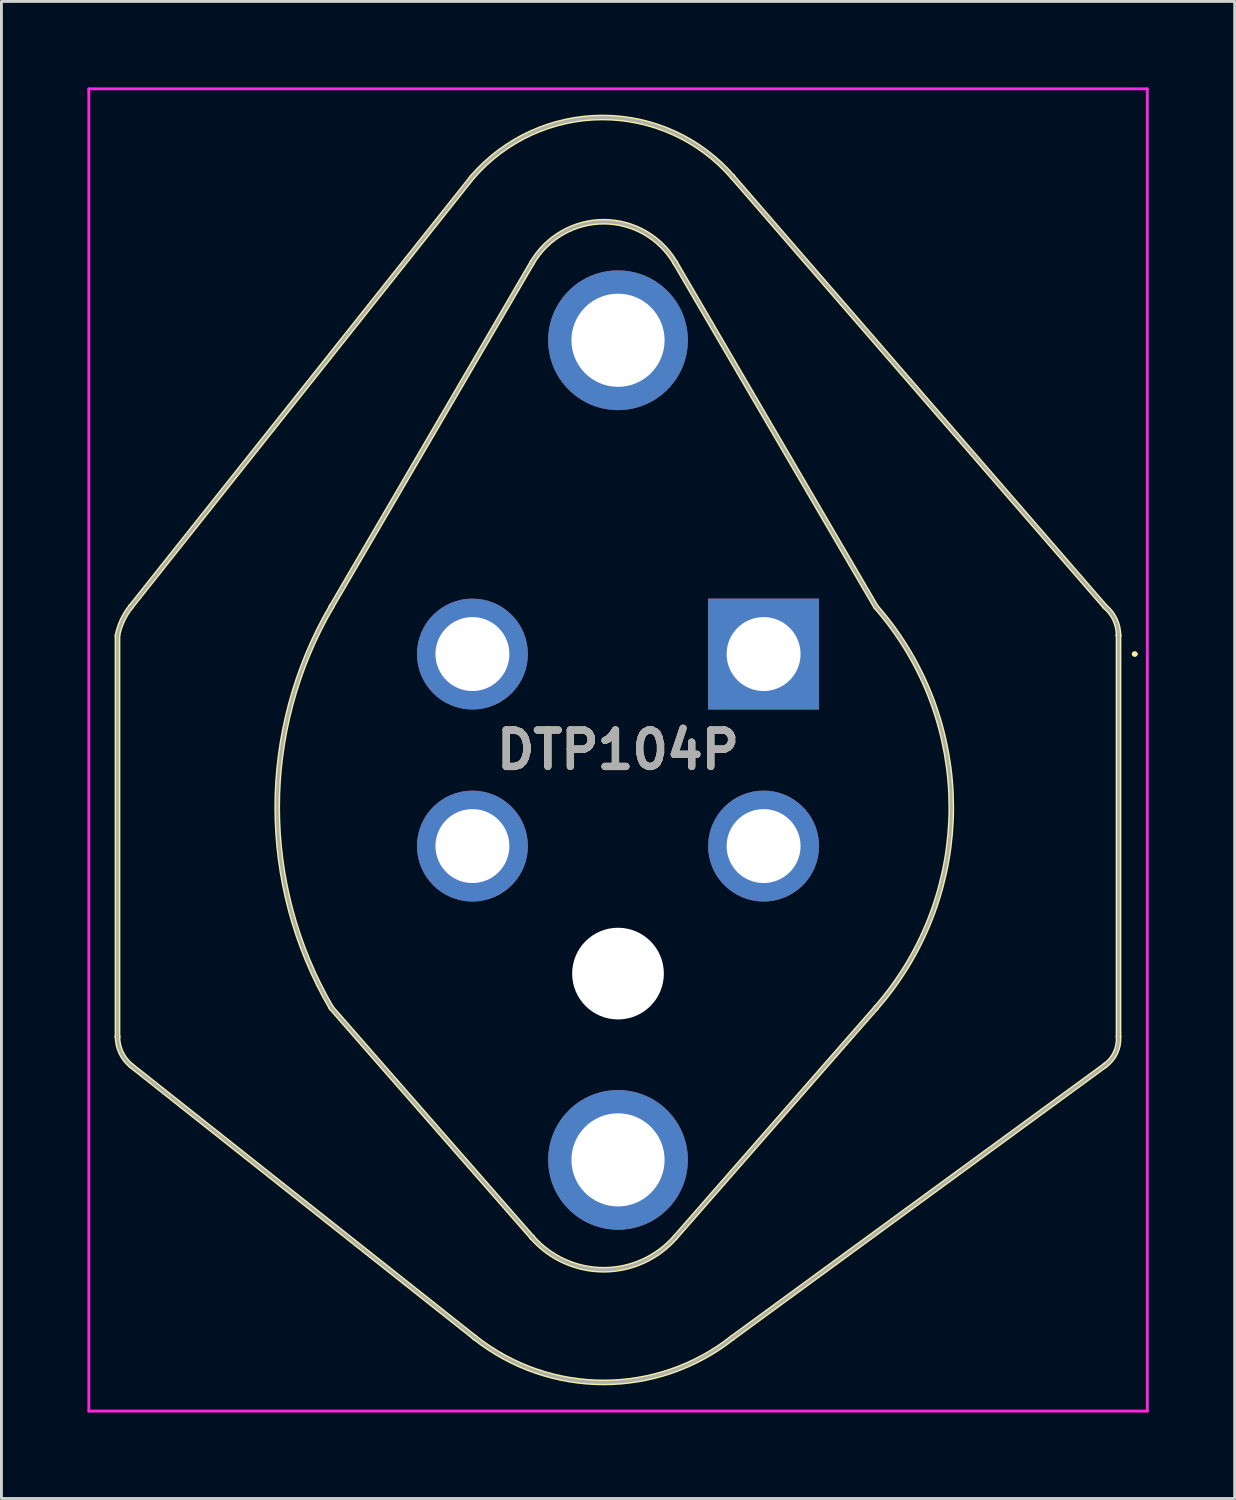
<source format=kicad_pcb>
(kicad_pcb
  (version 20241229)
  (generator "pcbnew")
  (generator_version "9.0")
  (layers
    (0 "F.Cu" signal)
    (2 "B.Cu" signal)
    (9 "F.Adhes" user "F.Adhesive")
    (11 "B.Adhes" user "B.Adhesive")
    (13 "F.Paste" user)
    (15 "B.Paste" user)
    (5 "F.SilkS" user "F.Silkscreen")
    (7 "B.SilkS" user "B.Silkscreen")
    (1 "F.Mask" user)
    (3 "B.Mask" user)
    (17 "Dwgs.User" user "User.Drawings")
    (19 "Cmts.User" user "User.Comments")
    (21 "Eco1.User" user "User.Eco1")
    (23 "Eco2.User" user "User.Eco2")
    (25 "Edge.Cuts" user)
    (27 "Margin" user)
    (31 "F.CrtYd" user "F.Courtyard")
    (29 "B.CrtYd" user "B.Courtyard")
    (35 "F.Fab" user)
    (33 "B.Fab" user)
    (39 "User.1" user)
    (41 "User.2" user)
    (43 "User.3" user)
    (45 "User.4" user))
  (footprint "DTP104P"
    (layer "F.Cu")
    (at 23.595 19.773)
    (property "Reference" "DTP104P" (at -5.079 3.346 0) (layer "F.SilkS") (effects (font (size 1.27 1.27) (thickness 0.254))))
    (attr through_hole)
    (fp_line (start -22.545 -0.65) (end -22.545 13.35) (stroke (width 0.2) (type solid)) (layer "F.SilkS"))
    (fp_line (start -22.545 13.35) (end -22.545 13.35) (stroke (width 0.2) (type solid)) (layer "F.SilkS"))
    (fp_line (start -22.08 -1.65) (end -22.08 -1.65) (stroke (width 0.2) (type solid)) (layer "F.SilkS"))
    (fp_line (start -22.08 14.35) (end -10.08 23.85) (stroke (width 0.2) (type solid)) (layer "F.SilkS"))
    (fp_line (start -15.08 -1.65) (end -15.08 -1.65) (stroke (width 0.2) (type solid)) (layer "F.SilkS"))
    (fp_line (start -15.08 12.35) (end -8.08 20.35) (stroke (width 0.2) (type solid)) (layer "F.SilkS"))
    (fp_line (start -10.16 -16.65) (end -22.08 -1.65) (stroke (width 0.2) (type solid)) (layer "F.SilkS"))
    (fp_line (start -10.08 23.85) (end -10.08 23.85) (stroke (width 0.2) (type solid)) (layer "F.SilkS"))
    (fp_line (start -8.08 -13.65) (end -15.08 -1.65) (stroke (width 0.2) (type solid)) (layer "F.SilkS"))
    (fp_line (start -8.08 20.35) (end -8.08 20.35) (stroke (width 0.2) (type solid)) (layer "F.SilkS"))
    (fp_line (start -3.08 -13.65) (end -3.08 -13.65) (stroke (width 0.2) (type solid)) (layer "F.SilkS"))
    (fp_line (start -3.08 20.35) (end 3.92 12.35) (stroke (width 0.2) (type solid)) (layer "F.SilkS"))
    (fp_line (start -1.08 -16.65) (end -1.08 -16.65) (stroke (width 0.2) (type solid)) (layer "F.SilkS"))
    (fp_line (start -1.08 23.85) (end 11.92 14.35) (stroke (width 0.2) (type solid)) (layer "F.SilkS"))
    (fp_line (start 3.92 -1.65) (end -3.08 -13.65) (stroke (width 0.2) (type solid)) (layer "F.SilkS"))
    (fp_line (start 3.92 12.35) (end 3.92 12.35) (stroke (width 0.2) (type solid)) (layer "F.SilkS"))
    (fp_line (start 11.92 -1.65) (end -1.08 -16.65) (stroke (width 0.2) (type solid)) (layer "F.SilkS"))
    (fp_line (start 11.92 14.35) (end 11.92 14.35) (stroke (width 0.2) (type solid)) (layer "F.SilkS"))
    (fp_line (start 12.385 -0.65) (end 12.385 -0.65) (stroke (width 0.2) (type solid)) (layer "F.SilkS"))
    (fp_line (start 12.385 13.35) (end 12.385 -0.65) (stroke (width 0.2) (type solid)) (layer "F.SilkS"))
    (fp_line (start 12.9 0) (end 12.9 0) (stroke (width 0.1) (type solid)) (layer "F.SilkS"))
    (fp_line (start 13 0) (end 13 0) (stroke (width 0.1) (type solid)) (layer "F.SilkS"))
    (fp_arc (start -22.545326 -0.648799) (mid -22.372134 -1.17704) (end -22.08 -1.65) (stroke (width 0.2) (type solid)) (layer "F.SilkS"))
    (fp_arc (start -22.079514 14.350517) (mid -22.422933 13.90175) (end -22.545 13.35) (stroke (width 0.2) (type solid)) (layer "F.SilkS"))
    (fp_arc (start -15.081573 12.347303) (mid -16.972444 5.348439) (end -15.08 -1.65) (stroke (width 0.2) (type solid)) (layer "F.SilkS"))
    (fp_arc (start -10.16181 -16.647911) (mid -5.621382 -18.723153) (end -1.08 -16.65) (stroke (width 0.2) (type solid)) (layer "F.SilkS"))
    (fp_arc (start -8.080473 -13.649189) (mid -5.580469 -15.085843) (end -3.08 -13.65) (stroke (width 0.2) (type solid)) (layer "F.SilkS"))
    (fp_arc (start -3.081075 20.351228) (mid -5.580816 21.48442) (end -8.08 20.35) (stroke (width 0.2) (type solid)) (layer "F.SilkS"))
    (fp_arc (start -1.083675 23.852908) (mid -5.582343 25.41568) (end -10.08 23.85) (stroke (width 0.2) (type solid)) (layer "F.SilkS"))
    (fp_arc (start 3.91656 -1.65393) (mid 6.550146 5.347389) (end 3.92 12.35) (stroke (width 0.2) (type solid)) (layer "F.SilkS"))
    (fp_arc (start 11.919514 -1.650517) (mid 12.262933 -1.20175) (end 12.385 -0.65) (stroke (width 0.2) (type solid)) (layer "F.SilkS"))
    (fp_arc (start 12.38497 13.350291) (mid 12.281291 13.910054) (end 11.92 14.35) (stroke (width 0.2) (type solid)) (layer "F.SilkS"))
    (fp_arc (start 12.9 0) (mid 12.95 -0.05) (end 13 0) (stroke (width 0.1) (type solid)) (layer "F.SilkS"))
    (fp_arc (start 13 0) (mid 12.95 0.05) (end 12.9 0) (stroke (width 0.1) (type solid)) (layer "F.SilkS"))
    (fp_line (start -23.545 -19.723) (end -23.545 26.416) (stroke (width 0.1) (type solid)) (layer "F.CrtYd"))
    (fp_line (start -23.545 26.416) (end 13.388 26.416) (stroke (width 0.1) (type solid)) (layer "F.CrtYd"))
    (fp_line (start 13.388 -19.723) (end -23.545 -19.723) (stroke (width 0.1) (type solid)) (layer "F.CrtYd"))
    (fp_line (start 13.388 26.416) (end 13.388 -19.723) (stroke (width 0.1) (type solid)) (layer "F.CrtYd"))
    (fp_line (start -22.545 -0.65) (end -22.545 13.35) (stroke (width 0.1) (type solid)) (layer "F.Fab"))
    (fp_line (start -22.545 13.35) (end -22.545 13.35) (stroke (width 0.1) (type solid)) (layer "F.Fab"))
    (fp_line (start -22.08 -1.65) (end -22.08 -1.65) (stroke (width 0.1) (type solid)) (layer "F.Fab"))
    (fp_line (start -22.08 14.35) (end -10.08 23.85) (stroke (width 0.1) (type solid)) (layer "F.Fab"))
    (fp_line (start -15.08 -1.65) (end -15.08 -1.65) (stroke (width 0.1) (type solid)) (layer "F.Fab"))
    (fp_line (start -15.08 12.35) (end -8.08 20.35) (stroke (width 0.1) (type solid)) (layer "F.Fab"))
    (fp_line (start -10.16 -16.65) (end -22.08 -1.65) (stroke (width 0.1) (type solid)) (layer "F.Fab"))
    (fp_line (start -10.08 23.85) (end -10.08 23.85) (stroke (width 0.1) (type solid)) (layer "F.Fab"))
    (fp_line (start -8.08 -13.65) (end -15.08 -1.65) (stroke (width 0.1) (type solid)) (layer "F.Fab"))
    (fp_line (start -8.08 20.35) (end -8.08 20.35) (stroke (width 0.1) (type solid)) (layer "F.Fab"))
    (fp_line (start -3.08 -13.65) (end -3.08 -13.65) (stroke (width 0.1) (type solid)) (layer "F.Fab"))
    (fp_line (start -3.08 20.35) (end 3.92 12.35) (stroke (width 0.1) (type solid)) (layer "F.Fab"))
    (fp_line (start -1.08 -16.65) (end -1.08 -16.65) (stroke (width 0.1) (type solid)) (layer "F.Fab"))
    (fp_line (start -1.08 23.85) (end 11.92 14.35) (stroke (width 0.1) (type solid)) (layer "F.Fab"))
    (fp_line (start 3.92 -1.65) (end -3.08 -13.65) (stroke (width 0.1) (type solid)) (layer "F.Fab"))
    (fp_line (start 3.92 12.35) (end 3.92 12.35) (stroke (width 0.1) (type solid)) (layer "F.Fab"))
    (fp_line (start 11.92 -1.65) (end -1.08 -16.65) (stroke (width 0.1) (type solid)) (layer "F.Fab"))
    (fp_line (start 11.92 14.35) (end 11.92 14.35) (stroke (width 0.1) (type solid)) (layer "F.Fab"))
    (fp_line (start 12.385 -0.65) (end 12.385 -0.65) (stroke (width 0.1) (type solid)) (layer "F.Fab"))
    (fp_line (start 12.385 13.35) (end 12.385 -0.65) (stroke (width 0.1) (type solid)) (layer "F.Fab"))
    (fp_arc (start -22.545326 -0.648799) (mid -22.372134 -1.17704) (end -22.08 -1.65) (stroke (width 0.1) (type solid)) (layer "F.Fab"))
    (fp_arc (start -22.079514 14.350517) (mid -22.422933 13.90175) (end -22.545 13.35) (stroke (width 0.1) (type solid)) (layer "F.Fab"))
    (fp_arc (start -15.081573 12.347303) (mid -16.972444 5.348439) (end -15.08 -1.65) (stroke (width 0.1) (type solid)) (layer "F.Fab"))
    (fp_arc (start -10.16181 -16.647911) (mid -5.621382 -18.723153) (end -1.08 -16.65) (stroke (width 0.1) (type solid)) (layer "F.Fab"))
    (fp_arc (start -8.080473 -13.649189) (mid -5.580469 -15.085843) (end -3.08 -13.65) (stroke (width 0.1) (type solid)) (layer "F.Fab"))
    (fp_arc (start -3.081075 20.351228) (mid -5.580816 21.48442) (end -8.08 20.35) (stroke (width 0.1) (type solid)) (layer "F.Fab"))
    (fp_arc (start -1.083675 23.852908) (mid -5.582343 25.41568) (end -10.08 23.85) (stroke (width 0.1) (type solid)) (layer "F.Fab"))
    (fp_arc (start 3.91656 -1.65393) (mid 6.550146 5.347389) (end 3.92 12.35) (stroke (width 0.1) (type solid)) (layer "F.Fab"))
    (fp_arc (start 11.919514 -1.650517) (mid 12.262933 -1.20175) (end 12.385 -0.65) (stroke (width 0.1) (type solid)) (layer "F.Fab"))
    (fp_arc (start 12.38497 13.350291) (mid 12.281291 13.910054) (end 11.92 14.35) (stroke (width 0.1) (type solid)) (layer "F.Fab"))
    (fp_text user "${REFERENCE}" (at -5.079 3.346 0) (layer "F.Fab") (effects (font (size 1.27 1.27) (thickness 0.254))))
    (pad "" np_thru_hole circle (at -5.08 11.15) (size 3.2 3.2) (drill 3.2) (layers "*.Cu" "*.Mask"))
    (pad "1" thru_hole circle (at -10.16 0) (size 3.87 3.87) (drill 2.58) (layers "*.Cu" "*.Mask"))
    (pad "1" thru_hole rect (at 0 0) (size 3.87 3.87) (drill 2.58) (layers "*.Cu" "*.Mask"))
    (pad "2" thru_hole circle (at -10.16 6.7) (size 3.87 3.87) (drill 2.58) (layers "*.Cu" "*.Mask"))
    (pad "2" thru_hole circle (at 0 6.7) (size 3.87 3.87) (drill 2.58) (layers "*.Cu" "*.Mask"))
    (pad "MH1" thru_hole circle (at -5.08 -10.95) (size 4.875 4.875) (drill 3.25) (layers "*.Cu" "*.Mask"))
    (pad "MH2" thru_hole circle (at -5.08 17.65) (size 4.875 4.875) (drill 3.25) (layers "*.Cu" "*.Mask")))
  (gr_rect
    (start -3 -3)
    (end 40.033 49.239)
    (stroke (width 0.1) (type default))
    (fill no)
    (layer "Edge.Cuts")))
</source>
